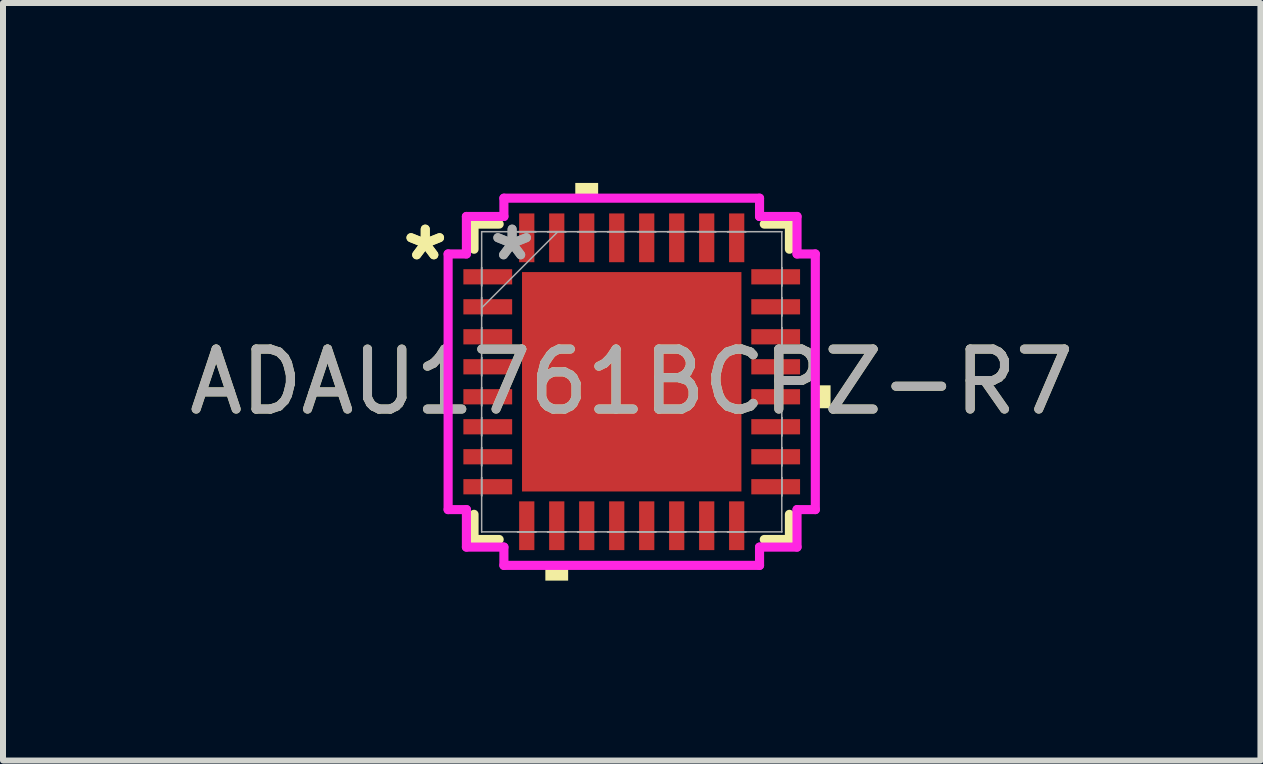
<source format=kicad_pcb>
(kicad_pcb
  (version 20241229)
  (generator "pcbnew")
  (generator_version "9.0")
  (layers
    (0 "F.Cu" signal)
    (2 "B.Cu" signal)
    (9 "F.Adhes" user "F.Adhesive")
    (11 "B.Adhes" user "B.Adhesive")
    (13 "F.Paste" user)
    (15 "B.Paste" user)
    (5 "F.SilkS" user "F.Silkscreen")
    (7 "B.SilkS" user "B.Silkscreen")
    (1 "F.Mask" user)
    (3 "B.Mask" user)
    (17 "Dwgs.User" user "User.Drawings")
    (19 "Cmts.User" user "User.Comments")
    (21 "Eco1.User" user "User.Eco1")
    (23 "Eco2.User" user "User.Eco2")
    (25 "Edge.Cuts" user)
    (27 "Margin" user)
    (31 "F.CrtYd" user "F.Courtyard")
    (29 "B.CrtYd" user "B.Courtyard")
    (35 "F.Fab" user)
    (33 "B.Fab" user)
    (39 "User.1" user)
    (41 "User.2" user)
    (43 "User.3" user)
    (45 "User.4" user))
  (footprint "ADAU1761BCPZ-R7"
    (layer "F.Cu")
    (at 7.482 3.315)
    (property "Reference" "ADAU1761BCPZ-R7" (at 0 0 0) (unlocked yes) (layer "F.SilkS") (effects (font (size 1 1) (thickness 0.15))))
    (attr smd)
    (fp_line (start -2.629 -2.629) (end -2.629 -2.21) (stroke (width 0.152) (type solid)) (layer "F.SilkS"))
    (fp_line (start -2.629 2.21) (end -2.629 2.629) (stroke (width 0.152) (type solid)) (layer "F.SilkS"))
    (fp_line (start -2.629 2.629) (end -2.21 2.629) (stroke (width 0.152) (type solid)) (layer "F.SilkS"))
    (fp_line (start -2.21 -2.629) (end -2.629 -2.629) (stroke (width 0.152) (type solid)) (layer "F.SilkS"))
    (fp_line (start 2.21 2.629) (end 2.629 2.629) (stroke (width 0.152) (type solid)) (layer "F.SilkS"))
    (fp_line (start 2.629 -2.629) (end 2.21 -2.629) (stroke (width 0.152) (type solid)) (layer "F.SilkS"))
    (fp_line (start 2.629 -2.21) (end 2.629 -2.629) (stroke (width 0.152) (type solid)) (layer "F.SilkS"))
    (fp_line (start 2.629 2.629) (end 2.629 2.21) (stroke (width 0.152) (type solid)) (layer "F.SilkS"))
    (fp_poly (pts (xy -1.44 3.061) (xy -1.44 3.315) (xy -1.06 3.315) (xy -1.06 3.061)) (stroke (width 0) (type solid)) (fill yes) (layer "F.SilkS"))
    (fp_poly (pts (xy -0.941 -3.061) (xy -0.941 -3.315) (xy -0.56 -3.315) (xy -0.56 -3.061)) (stroke (width 0) (type solid)) (fill yes) (layer "F.SilkS"))
    (fp_poly (pts (xy 3.315 0.059) (xy 3.315 0.441) (xy 3.061 0.441) (xy 3.061 0.059)) (stroke (width 0) (type solid)) (fill yes) (layer "F.SilkS"))
    (fp_poly (pts (xy -1.729 -1.729) (xy -1.729 -0.1) (xy -0.1 -0.1) (xy -0.1 -1.729)) (stroke (width 0) (type solid)) (fill yes) (layer "F.Paste"))
    (fp_poly (pts (xy -1.729 0.1) (xy -1.729 1.729) (xy -0.1 1.729) (xy -0.1 0.1)) (stroke (width 0) (type solid)) (fill yes) (layer "F.Paste"))
    (fp_poly (pts (xy 0.1 -1.729) (xy 0.1 -0.1) (xy 1.729 -0.1) (xy 1.729 -1.729)) (stroke (width 0) (type solid)) (fill yes) (layer "F.Paste"))
    (fp_poly (pts (xy 0.1 0.1) (xy 0.1 1.729) (xy 1.729 1.729) (xy 1.729 0.1)) (stroke (width 0) (type solid)) (fill yes) (layer "F.Paste"))
    (fp_line (start -3.061 -2.131) (end -2.756 -2.131) (stroke (width 0.152) (type solid)) (layer "F.CrtYd"))
    (fp_line (start -3.061 2.131) (end -3.061 -2.131) (stroke (width 0.152) (type solid)) (layer "F.CrtYd"))
    (fp_line (start -2.756 -2.756) (end -2.131 -2.756) (stroke (width 0.152) (type solid)) (layer "F.CrtYd"))
    (fp_line (start -2.756 -2.131) (end -2.756 -2.756) (stroke (width 0.152) (type solid)) (layer "F.CrtYd"))
    (fp_line (start -2.756 2.131) (end -3.061 2.131) (stroke (width 0.152) (type solid)) (layer "F.CrtYd"))
    (fp_line (start -2.756 2.756) (end -2.756 2.131) (stroke (width 0.152) (type solid)) (layer "F.CrtYd"))
    (fp_line (start -2.131 -3.061) (end 2.131 -3.061) (stroke (width 0.152) (type solid)) (layer "F.CrtYd"))
    (fp_line (start -2.131 -2.756) (end -2.131 -3.061) (stroke (width 0.152) (type solid)) (layer "F.CrtYd"))
    (fp_line (start -2.131 2.756) (end -2.756 2.756) (stroke (width 0.152) (type solid)) (layer "F.CrtYd"))
    (fp_line (start -2.131 3.061) (end -2.131 2.756) (stroke (width 0.152) (type solid)) (layer "F.CrtYd"))
    (fp_line (start 2.131 -3.061) (end 2.131 -2.756) (stroke (width 0.152) (type solid)) (layer "F.CrtYd"))
    (fp_line (start 2.131 -2.756) (end 2.756 -2.756) (stroke (width 0.152) (type solid)) (layer "F.CrtYd"))
    (fp_line (start 2.131 2.756) (end 2.131 3.061) (stroke (width 0.152) (type solid)) (layer "F.CrtYd"))
    (fp_line (start 2.131 3.061) (end -2.131 3.061) (stroke (width 0.152) (type solid)) (layer "F.CrtYd"))
    (fp_line (start 2.756 -2.756) (end 2.756 -2.131) (stroke (width 0.152) (type solid)) (layer "F.CrtYd"))
    (fp_line (start 2.756 -2.131) (end 3.061 -2.131) (stroke (width 0.152) (type solid)) (layer "F.CrtYd"))
    (fp_line (start 2.756 2.131) (end 2.756 2.756) (stroke (width 0.152) (type solid)) (layer "F.CrtYd"))
    (fp_line (start 2.756 2.756) (end 2.131 2.756) (stroke (width 0.152) (type solid)) (layer "F.CrtYd"))
    (fp_line (start 3.061 -2.131) (end 3.061 2.131) (stroke (width 0.152) (type solid)) (layer "F.CrtYd"))
    (fp_line (start 3.061 2.131) (end 2.756 2.131) (stroke (width 0.152) (type solid)) (layer "F.CrtYd"))
    (fp_line (start -2.502 -2.502) (end -2.502 -2.502) (stroke (width 0.025) (type solid)) (layer "F.Fab"))
    (fp_line (start -2.502 -2.502) (end -2.502 2.502) (stroke (width 0.025) (type solid)) (layer "F.Fab"))
    (fp_line (start -2.502 -1.902) (end -2.502 -1.902) (stroke (width 0.025) (type solid)) (layer "F.Fab"))
    (fp_line (start -2.502 -1.902) (end -2.502 -1.598) (stroke (width 0.025) (type solid)) (layer "F.Fab"))
    (fp_line (start -2.502 -1.598) (end -2.502 -1.902) (stroke (width 0.025) (type solid)) (layer "F.Fab"))
    (fp_line (start -2.502 -1.598) (end -2.502 -1.598) (stroke (width 0.025) (type solid)) (layer "F.Fab"))
    (fp_line (start -2.502 -1.402) (end -2.502 -1.402) (stroke (width 0.025) (type solid)) (layer "F.Fab"))
    (fp_line (start -2.502 -1.402) (end -2.502 -1.098) (stroke (width 0.025) (type solid)) (layer "F.Fab"))
    (fp_line (start -2.502 -1.232) (end -1.232 -2.502) (stroke (width 0.025) (type solid)) (layer "F.Fab"))
    (fp_line (start -2.502 -1.098) (end -2.502 -1.402) (stroke (width 0.025) (type solid)) (layer "F.Fab"))
    (fp_line (start -2.502 -1.098) (end -2.502 -1.098) (stroke (width 0.025) (type solid)) (layer "F.Fab"))
    (fp_line (start -2.502 -0.902) (end -2.502 -0.902) (stroke (width 0.025) (type solid)) (layer "F.Fab"))
    (fp_line (start -2.502 -0.902) (end -2.502 -0.598) (stroke (width 0.025) (type solid)) (layer "F.Fab"))
    (fp_line (start -2.502 -0.598) (end -2.502 -0.902) (stroke (width 0.025) (type solid)) (layer "F.Fab"))
    (fp_line (start -2.502 -0.598) (end -2.502 -0.598) (stroke (width 0.025) (type solid)) (layer "F.Fab"))
    (fp_line (start -2.502 -0.402) (end -2.502 -0.402) (stroke (width 0.025) (type solid)) (layer "F.Fab"))
    (fp_line (start -2.502 -0.402) (end -2.502 -0.098) (stroke (width 0.025) (type solid)) (layer "F.Fab"))
    (fp_line (start -2.502 -0.098) (end -2.502 -0.402) (stroke (width 0.025) (type solid)) (layer "F.Fab"))
    (fp_line (start -2.502 -0.098) (end -2.502 -0.098) (stroke (width 0.025) (type solid)) (layer "F.Fab"))
    (fp_line (start -2.502 0.098) (end -2.502 0.098) (stroke (width 0.025) (type solid)) (layer "F.Fab"))
    (fp_line (start -2.502 0.098) (end -2.502 0.402) (stroke (width 0.025) (type solid)) (layer "F.Fab"))
    (fp_line (start -2.502 0.402) (end -2.502 0.098) (stroke (width 0.025) (type solid)) (layer "F.Fab"))
    (fp_line (start -2.502 0.402) (end -2.502 0.402) (stroke (width 0.025) (type solid)) (layer "F.Fab"))
    (fp_line (start -2.502 0.598) (end -2.502 0.598) (stroke (width 0.025) (type solid)) (layer "F.Fab"))
    (fp_line (start -2.502 0.598) (end -2.502 0.902) (stroke (width 0.025) (type solid)) (layer "F.Fab"))
    (fp_line (start -2.502 0.902) (end -2.502 0.598) (stroke (width 0.025) (type solid)) (layer "F.Fab"))
    (fp_line (start -2.502 0.902) (end -2.502 0.902) (stroke (width 0.025) (type solid)) (layer "F.Fab"))
    (fp_line (start -2.502 1.098) (end -2.502 1.098) (stroke (width 0.025) (type solid)) (layer "F.Fab"))
    (fp_line (start -2.502 1.098) (end -2.502 1.402) (stroke (width 0.025) (type solid)) (layer "F.Fab"))
    (fp_line (start -2.502 1.402) (end -2.502 1.098) (stroke (width 0.025) (type solid)) (layer "F.Fab"))
    (fp_line (start -2.502 1.402) (end -2.502 1.402) (stroke (width 0.025) (type solid)) (layer "F.Fab"))
    (fp_line (start -2.502 1.598) (end -2.502 1.598) (stroke (width 0.025) (type solid)) (layer "F.Fab"))
    (fp_line (start -2.502 1.598) (end -2.502 1.902) (stroke (width 0.025) (type solid)) (layer "F.Fab"))
    (fp_line (start -2.502 1.902) (end -2.502 1.598) (stroke (width 0.025) (type solid)) (layer "F.Fab"))
    (fp_line (start -2.502 1.902) (end -2.502 1.902) (stroke (width 0.025) (type solid)) (layer "F.Fab"))
    (fp_line (start -2.502 2.502) (end -2.502 2.502) (stroke (width 0.025) (type solid)) (layer "F.Fab"))
    (fp_line (start -2.502 2.502) (end 2.502 2.502) (stroke (width 0.025) (type solid)) (layer "F.Fab"))
    (fp_line (start -1.902 -2.502) (end -1.902 -2.502) (stroke (width 0.025) (type solid)) (layer "F.Fab"))
    (fp_line (start -1.902 -2.502) (end -1.598 -2.502) (stroke (width 0.025) (type solid)) (layer "F.Fab"))
    (fp_line (start -1.902 2.502) (end -1.902 2.502) (stroke (width 0.025) (type solid)) (layer "F.Fab"))
    (fp_line (start -1.902 2.502) (end -1.598 2.502) (stroke (width 0.025) (type solid)) (layer "F.Fab"))
    (fp_line (start -1.598 -2.502) (end -1.902 -2.502) (stroke (width 0.025) (type solid)) (layer "F.Fab"))
    (fp_line (start -1.598 -2.502) (end -1.598 -2.502) (stroke (width 0.025) (type solid)) (layer "F.Fab"))
    (fp_line (start -1.598 2.502) (end -1.902 2.502) (stroke (width 0.025) (type solid)) (layer "F.Fab"))
    (fp_line (start -1.598 2.502) (end -1.598 2.502) (stroke (width 0.025) (type solid)) (layer "F.Fab"))
    (fp_line (start -1.402 -2.502) (end -1.402 -2.502) (stroke (width 0.025) (type solid)) (layer "F.Fab"))
    (fp_line (start -1.402 -2.502) (end -1.098 -2.502) (stroke (width 0.025) (type solid)) (layer "F.Fab"))
    (fp_line (start -1.402 2.502) (end -1.402 2.502) (stroke (width 0.025) (type solid)) (layer "F.Fab"))
    (fp_line (start -1.402 2.502) (end -1.098 2.502) (stroke (width 0.025) (type solid)) (layer "F.Fab"))
    (fp_line (start -1.098 -2.502) (end -1.402 -2.502) (stroke (width 0.025) (type solid)) (layer "F.Fab"))
    (fp_line (start -1.098 -2.502) (end -1.098 -2.502) (stroke (width 0.025) (type solid)) (layer "F.Fab"))
    (fp_line (start -1.098 2.502) (end -1.402 2.502) (stroke (width 0.025) (type solid)) (layer "F.Fab"))
    (fp_line (start -1.098 2.502) (end -1.098 2.502) (stroke (width 0.025) (type solid)) (layer "F.Fab"))
    (fp_line (start -0.902 -2.502) (end -0.902 -2.502) (stroke (width 0.025) (type solid)) (layer "F.Fab"))
    (fp_line (start -0.902 -2.502) (end -0.598 -2.502) (stroke (width 0.025) (type solid)) (layer "F.Fab"))
    (fp_line (start -0.902 2.502) (end -0.902 2.502) (stroke (width 0.025) (type solid)) (layer "F.Fab"))
    (fp_line (start -0.902 2.502) (end -0.598 2.502) (stroke (width 0.025) (type solid)) (layer "F.Fab"))
    (fp_line (start -0.598 -2.502) (end -0.902 -2.502) (stroke (width 0.025) (type solid)) (layer "F.Fab"))
    (fp_line (start -0.598 -2.502) (end -0.598 -2.502) (stroke (width 0.025) (type solid)) (layer "F.Fab"))
    (fp_line (start -0.598 2.502) (end -0.902 2.502) (stroke (width 0.025) (type solid)) (layer "F.Fab"))
    (fp_line (start -0.598 2.502) (end -0.598 2.502) (stroke (width 0.025) (type solid)) (layer "F.Fab"))
    (fp_line (start -0.402 -2.502) (end -0.402 -2.502) (stroke (width 0.025) (type solid)) (layer "F.Fab"))
    (fp_line (start -0.402 -2.502) (end -0.098 -2.502) (stroke (width 0.025) (type solid)) (layer "F.Fab"))
    (fp_line (start -0.402 2.502) (end -0.402 2.502) (stroke (width 0.025) (type solid)) (layer "F.Fab"))
    (fp_line (start -0.402 2.502) (end -0.098 2.502) (stroke (width 0.025) (type solid)) (layer "F.Fab"))
    (fp_line (start -0.098 -2.502) (end -0.402 -2.502) (stroke (width 0.025) (type solid)) (layer "F.Fab"))
    (fp_line (start -0.098 -2.502) (end -0.098 -2.502) (stroke (width 0.025) (type solid)) (layer "F.Fab"))
    (fp_line (start -0.098 2.502) (end -0.402 2.502) (stroke (width 0.025) (type solid)) (layer "F.Fab"))
    (fp_line (start -0.098 2.502) (end -0.098 2.502) (stroke (width 0.025) (type solid)) (layer "F.Fab"))
    (fp_line (start 0.098 -2.502) (end 0.098 -2.502) (stroke (width 0.025) (type solid)) (layer "F.Fab"))
    (fp_line (start 0.098 -2.502) (end 0.402 -2.502) (stroke (width 0.025) (type solid)) (layer "F.Fab"))
    (fp_line (start 0.098 2.502) (end 0.098 2.502) (stroke (width 0.025) (type solid)) (layer "F.Fab"))
    (fp_line (start 0.098 2.502) (end 0.402 2.502) (stroke (width 0.025) (type solid)) (layer "F.Fab"))
    (fp_line (start 0.402 -2.502) (end 0.098 -2.502) (stroke (width 0.025) (type solid)) (layer "F.Fab"))
    (fp_line (start 0.402 -2.502) (end 0.402 -2.502) (stroke (width 0.025) (type solid)) (layer "F.Fab"))
    (fp_line (start 0.402 2.502) (end 0.098 2.502) (stroke (width 0.025) (type solid)) (layer "F.Fab"))
    (fp_line (start 0.402 2.502) (end 0.402 2.502) (stroke (width 0.025) (type solid)) (layer "F.Fab"))
    (fp_line (start 0.598 -2.502) (end 0.598 -2.502) (stroke (width 0.025) (type solid)) (layer "F.Fab"))
    (fp_line (start 0.598 -2.502) (end 0.902 -2.502) (stroke (width 0.025) (type solid)) (layer "F.Fab"))
    (fp_line (start 0.598 2.502) (end 0.598 2.502) (stroke (width 0.025) (type solid)) (layer "F.Fab"))
    (fp_line (start 0.598 2.502) (end 0.902 2.502) (stroke (width 0.025) (type solid)) (layer "F.Fab"))
    (fp_line (start 0.902 -2.502) (end 0.598 -2.502) (stroke (width 0.025) (type solid)) (layer "F.Fab"))
    (fp_line (start 0.902 -2.502) (end 0.902 -2.502) (stroke (width 0.025) (type solid)) (layer "F.Fab"))
    (fp_line (start 0.902 2.502) (end 0.598 2.502) (stroke (width 0.025) (type solid)) (layer "F.Fab"))
    (fp_line (start 0.902 2.502) (end 0.902 2.502) (stroke (width 0.025) (type solid)) (layer "F.Fab"))
    (fp_line (start 1.098 -2.502) (end 1.098 -2.502) (stroke (width 0.025) (type solid)) (layer "F.Fab"))
    (fp_line (start 1.098 -2.502) (end 1.402 -2.502) (stroke (width 0.025) (type solid)) (layer "F.Fab"))
    (fp_line (start 1.098 2.502) (end 1.098 2.502) (stroke (width 0.025) (type solid)) (layer "F.Fab"))
    (fp_line (start 1.098 2.502) (end 1.402 2.502) (stroke (width 0.025) (type solid)) (layer "F.Fab"))
    (fp_line (start 1.402 -2.502) (end 1.098 -2.502) (stroke (width 0.025) (type solid)) (layer "F.Fab"))
    (fp_line (start 1.402 -2.502) (end 1.402 -2.502) (stroke (width 0.025) (type solid)) (layer "F.Fab"))
    (fp_line (start 1.402 2.502) (end 1.098 2.502) (stroke (width 0.025) (type solid)) (layer "F.Fab"))
    (fp_line (start 1.402 2.502) (end 1.402 2.502) (stroke (width 0.025) (type solid)) (layer "F.Fab"))
    (fp_line (start 1.598 -2.502) (end 1.598 -2.502) (stroke (width 0.025) (type solid)) (layer "F.Fab"))
    (fp_line (start 1.598 -2.502) (end 1.902 -2.502) (stroke (width 0.025) (type solid)) (layer "F.Fab"))
    (fp_line (start 1.598 2.502) (end 1.598 2.502) (stroke (width 0.025) (type solid)) (layer "F.Fab"))
    (fp_line (start 1.598 2.502) (end 1.902 2.502) (stroke (width 0.025) (type solid)) (layer "F.Fab"))
    (fp_line (start 1.902 -2.502) (end 1.598 -2.502) (stroke (width 0.025) (type solid)) (layer "F.Fab"))
    (fp_line (start 1.902 -2.502) (end 1.902 -2.502) (stroke (width 0.025) (type solid)) (layer "F.Fab"))
    (fp_line (start 1.902 2.502) (end 1.598 2.502) (stroke (width 0.025) (type solid)) (layer "F.Fab"))
    (fp_line (start 1.902 2.502) (end 1.902 2.502) (stroke (width 0.025) (type solid)) (layer "F.Fab"))
    (fp_line (start 2.502 -2.502) (end -2.502 -2.502) (stroke (width 0.025) (type solid)) (layer "F.Fab"))
    (fp_line (start 2.502 -2.502) (end 2.502 -2.502) (stroke (width 0.025) (type solid)) (layer "F.Fab"))
    (fp_line (start 2.502 -1.902) (end 2.502 -1.902) (stroke (width 0.025) (type solid)) (layer "F.Fab"))
    (fp_line (start 2.502 -1.902) (end 2.502 -1.598) (stroke (width 0.025) (type solid)) (layer "F.Fab"))
    (fp_line (start 2.502 -1.598) (end 2.502 -1.902) (stroke (width 0.025) (type solid)) (layer "F.Fab"))
    (fp_line (start 2.502 -1.598) (end 2.502 -1.598) (stroke (width 0.025) (type solid)) (layer "F.Fab"))
    (fp_line (start 2.502 -1.402) (end 2.502 -1.402) (stroke (width 0.025) (type solid)) (layer "F.Fab"))
    (fp_line (start 2.502 -1.402) (end 2.502 -1.098) (stroke (width 0.025) (type solid)) (layer "F.Fab"))
    (fp_line (start 2.502 -1.098) (end 2.502 -1.402) (stroke (width 0.025) (type solid)) (layer "F.Fab"))
    (fp_line (start 2.502 -1.098) (end 2.502 -1.098) (stroke (width 0.025) (type solid)) (layer "F.Fab"))
    (fp_line (start 2.502 -0.902) (end 2.502 -0.902) (stroke (width 0.025) (type solid)) (layer "F.Fab"))
    (fp_line (start 2.502 -0.902) (end 2.502 -0.598) (stroke (width 0.025) (type solid)) (layer "F.Fab"))
    (fp_line (start 2.502 -0.598) (end 2.502 -0.902) (stroke (width 0.025) (type solid)) (layer "F.Fab"))
    (fp_line (start 2.502 -0.598) (end 2.502 -0.598) (stroke (width 0.025) (type solid)) (layer "F.Fab"))
    (fp_line (start 2.502 -0.402) (end 2.502 -0.402) (stroke (width 0.025) (type solid)) (layer "F.Fab"))
    (fp_line (start 2.502 -0.402) (end 2.502 -0.098) (stroke (width 0.025) (type solid)) (layer "F.Fab"))
    (fp_line (start 2.502 -0.098) (end 2.502 -0.402) (stroke (width 0.025) (type solid)) (layer "F.Fab"))
    (fp_line (start 2.502 -0.098) (end 2.502 -0.098) (stroke (width 0.025) (type solid)) (layer "F.Fab"))
    (fp_line (start 2.502 0.098) (end 2.502 0.098) (stroke (width 0.025) (type solid)) (layer "F.Fab"))
    (fp_line (start 2.502 0.098) (end 2.502 0.402) (stroke (width 0.025) (type solid)) (layer "F.Fab"))
    (fp_line (start 2.502 0.402) (end 2.502 0.098) (stroke (width 0.025) (type solid)) (layer "F.Fab"))
    (fp_line (start 2.502 0.402) (end 2.502 0.402) (stroke (width 0.025) (type solid)) (layer "F.Fab"))
    (fp_line (start 2.502 0.598) (end 2.502 0.598) (stroke (width 0.025) (type solid)) (layer "F.Fab"))
    (fp_line (start 2.502 0.598) (end 2.502 0.902) (stroke (width 0.025) (type solid)) (layer "F.Fab"))
    (fp_line (start 2.502 0.902) (end 2.502 0.598) (stroke (width 0.025) (type solid)) (layer "F.Fab"))
    (fp_line (start 2.502 0.902) (end 2.502 0.902) (stroke (width 0.025) (type solid)) (layer "F.Fab"))
    (fp_line (start 2.502 1.098) (end 2.502 1.098) (stroke (width 0.025) (type solid)) (layer "F.Fab"))
    (fp_line (start 2.502 1.098) (end 2.502 1.402) (stroke (width 0.025) (type solid)) (layer "F.Fab"))
    (fp_line (start 2.502 1.402) (end 2.502 1.098) (stroke (width 0.025) (type solid)) (layer "F.Fab"))
    (fp_line (start 2.502 1.402) (end 2.502 1.402) (stroke (width 0.025) (type solid)) (layer "F.Fab"))
    (fp_line (start 2.502 1.598) (end 2.502 1.598) (stroke (width 0.025) (type solid)) (layer "F.Fab"))
    (fp_line (start 2.502 1.598) (end 2.502 1.902) (stroke (width 0.025) (type solid)) (layer "F.Fab"))
    (fp_line (start 2.502 1.902) (end 2.502 1.598) (stroke (width 0.025) (type solid)) (layer "F.Fab"))
    (fp_line (start 2.502 1.902) (end 2.502 1.902) (stroke (width 0.025) (type solid)) (layer "F.Fab"))
    (fp_line (start 2.502 2.502) (end 2.502 -2.502) (stroke (width 0.025) (type solid)) (layer "F.Fab"))
    (fp_line (start 2.502 2.502) (end 2.502 2.502) (stroke (width 0.025) (type solid)) (layer "F.Fab"))
    (fp_text user "*" (at -3.442 -2 0) (layer "F.SilkS") (effects (font (size 1 1) (thickness 0.15))))
    (fp_text user "*" (at -3.442 -2 0) (unlocked yes) (layer "F.SilkS") (effects (font (size 1 1) (thickness 0.15))))
    (fp_text user "*" (at -1.994 -2 0) (layer "F.Fab") (effects (font (size 1 1) (thickness 0.15))))
    (fp_text user "${REFERENCE}" (at 0 0 0) (unlocked yes) (layer "F.Fab") (effects (font (size 1 1) (thickness 0.15))))
    (fp_text user "*" (at -1.994 -2 0) (unlocked yes) (layer "F.Fab") (effects (font (size 1 1) (thickness 0.15))))
    (pad "1" smd rect (at -2.4 -1.75 90) (size 0.254 0.813) (layers "F.Cu" "F.Mask" "F.Paste"))
    (pad "2" smd rect (at -2.4 -1.25 90) (size 0.254 0.813) (layers "F.Cu" "F.Mask" "F.Paste"))
    (pad "3" smd rect (at -2.4 -0.75 90) (size 0.254 0.813) (layers "F.Cu" "F.Mask" "F.Paste"))
    (pad "4" smd rect (at -2.4 -0.25 90) (size 0.254 0.813) (layers "F.Cu" "F.Mask" "F.Paste"))
    (pad "5" smd rect (at -2.4 0.25 90) (size 0.254 0.813) (layers "F.Cu" "F.Mask" "F.Paste"))
    (pad "6" smd rect (at -2.4 0.75 90) (size 0.254 0.813) (layers "F.Cu" "F.Mask" "F.Paste"))
    (pad "7" smd rect (at -2.4 1.25 90) (size 0.254 0.813) (layers "F.Cu" "F.Mask" "F.Paste"))
    (pad "8" smd rect (at -2.4 1.75 90) (size 0.254 0.813) (layers "F.Cu" "F.Mask" "F.Paste"))
    (pad "9" smd rect (at -1.75 2.4) (size 0.254 0.813) (layers "F.Cu" "F.Mask" "F.Paste"))
    (pad "10" smd rect (at -1.25 2.4) (size 0.254 0.813) (layers "F.Cu" "F.Mask" "F.Paste"))
    (pad "11" smd rect (at -0.75 2.4) (size 0.254 0.813) (layers "F.Cu" "F.Mask" "F.Paste"))
    (pad "12" smd rect (at -0.25 2.4) (size 0.254 0.813) (layers "F.Cu" "F.Mask" "F.Paste"))
    (pad "13" smd rect (at 0.25 2.4) (size 0.254 0.813) (layers "F.Cu" "F.Mask" "F.Paste"))
    (pad "14" smd rect (at 0.75 2.4) (size 0.254 0.813) (layers "F.Cu" "F.Mask" "F.Paste"))
    (pad "15" smd rect (at 1.25 2.4) (size 0.254 0.813) (layers "F.Cu" "F.Mask" "F.Paste"))
    (pad "16" smd rect (at 1.75 2.4) (size 0.254 0.813) (layers "F.Cu" "F.Mask" "F.Paste"))
    (pad "17" smd rect (at 2.4 1.75 90) (size 0.254 0.813) (layers "F.Cu" "F.Mask" "F.Paste"))
    (pad "18" smd rect (at 2.4 1.25 90) (size 0.254 0.813) (layers "F.Cu" "F.Mask" "F.Paste"))
    (pad "19" smd rect (at 2.4 0.75 90) (size 0.254 0.813) (layers "F.Cu" "F.Mask" "F.Paste"))
    (pad "20" smd rect (at 2.4 0.25 90) (size 0.254 0.813) (layers "F.Cu" "F.Mask" "F.Paste"))
    (pad "21" smd rect (at 2.4 -0.25 90) (size 0.254 0.813) (layers "F.Cu" "F.Mask" "F.Paste"))
    (pad "22" smd rect (at 2.4 -0.75 90) (size 0.254 0.813) (layers "F.Cu" "F.Mask" "F.Paste"))
    (pad "23" smd rect (at 2.4 -1.25 90) (size 0.254 0.813) (layers "F.Cu" "F.Mask" "F.Paste"))
    (pad "24" smd rect (at 2.4 -1.75 90) (size 0.254 0.813) (layers "F.Cu" "F.Mask" "F.Paste"))
    (pad "25" smd rect (at 1.75 -2.4) (size 0.254 0.813) (layers "F.Cu" "F.Mask" "F.Paste"))
    (pad "26" smd rect (at 1.25 -2.4) (size 0.254 0.813) (layers "F.Cu" "F.Mask" "F.Paste"))
    (pad "27" smd rect (at 0.75 -2.4) (size 0.254 0.813) (layers "F.Cu" "F.Mask" "F.Paste"))
    (pad "28" smd rect (at 0.25 -2.4) (size 0.254 0.813) (layers "F.Cu" "F.Mask" "F.Paste"))
    (pad "29" smd rect (at -0.25 -2.4) (size 0.254 0.813) (layers "F.Cu" "F.Mask" "F.Paste"))
    (pad "30" smd rect (at -0.75 -2.4) (size 0.254 0.813) (layers "F.Cu" "F.Mask" "F.Paste"))
    (pad "31" smd rect (at -1.25 -2.4) (size 0.254 0.813) (layers "F.Cu" "F.Mask" "F.Paste"))
    (pad "32" smd rect (at -1.75 -2.4) (size 0.254 0.813) (layers "F.Cu" "F.Mask" "F.Paste"))
    (pad "33" smd rect (at 0 0) (size 3.658 3.658) (layers "F.Cu" "F.Mask" "F.Paste")))
  (gr_rect
    (start -3 -3)
    (end 17.964 9.629)
    (stroke (width 0.1) (type default))
    (fill no)
    (layer "Edge.Cuts")))
</source>
